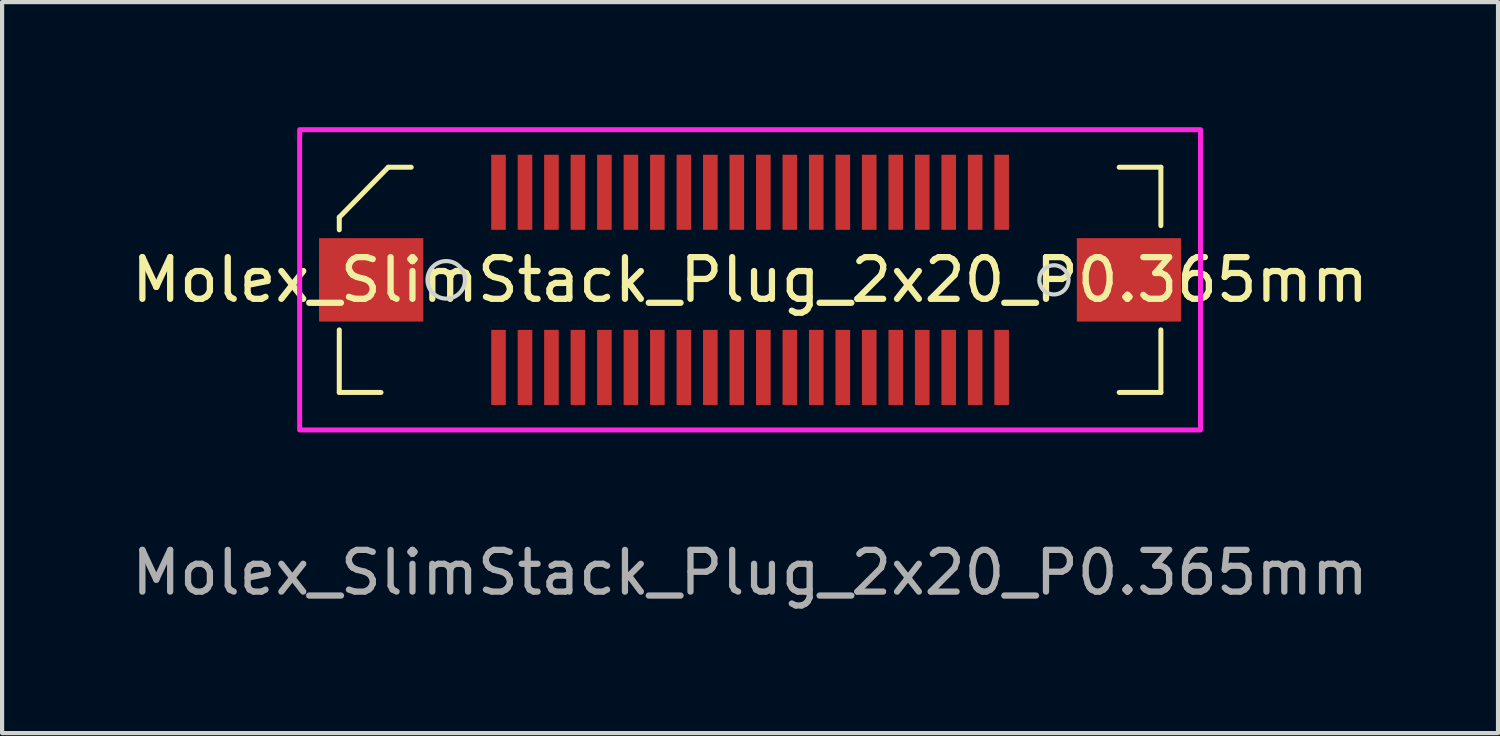
<source format=kicad_pcb>
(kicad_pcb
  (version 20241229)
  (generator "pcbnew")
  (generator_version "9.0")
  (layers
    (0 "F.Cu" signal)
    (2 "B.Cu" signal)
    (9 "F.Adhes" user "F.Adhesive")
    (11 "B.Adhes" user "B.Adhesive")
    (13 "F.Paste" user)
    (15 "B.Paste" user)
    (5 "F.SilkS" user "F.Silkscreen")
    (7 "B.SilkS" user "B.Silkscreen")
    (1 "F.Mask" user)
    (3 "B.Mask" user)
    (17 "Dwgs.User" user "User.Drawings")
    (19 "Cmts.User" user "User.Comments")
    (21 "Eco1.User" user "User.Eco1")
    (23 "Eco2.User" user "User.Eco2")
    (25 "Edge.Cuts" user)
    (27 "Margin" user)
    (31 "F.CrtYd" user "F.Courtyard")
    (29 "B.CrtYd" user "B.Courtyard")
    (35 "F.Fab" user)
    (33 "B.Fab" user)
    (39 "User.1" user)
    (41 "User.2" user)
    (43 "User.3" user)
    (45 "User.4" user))
  (footprint "Molex_SlimStack_Plug_2x20_P0.365mm"
    (layer "F.Cu")
    (at 14.935 3.66)
    (property "Reference" "Molex_SlimStack_Plug_2x20_P0.365mm" (at 0 0 0) (unlocked yes) (layer "F.SilkS") (effects (font (size 1 1) (thickness 0.15))))
    (attr smd)
    (fp_line (start -9.85 -1.5) (end -9.85 -1.2) (stroke (width 0.12) (type solid)) (layer "F.SilkS"))
    (fp_line (start -9.85 -1.5) (end -8.675 -2.7) (stroke (width 0.12) (type solid)) (layer "F.SilkS"))
    (fp_line (start -9.85 1.2) (end -9.85 2.7) (stroke (width 0.12) (type solid)) (layer "F.SilkS"))
    (fp_line (start -9.85 2.7) (end -8.85 2.7) (stroke (width 0.12) (type solid)) (layer "F.SilkS"))
    (fp_line (start -8.675 -2.7) (end -8.125 -2.7) (stroke (width 0.12) (type solid)) (layer "F.SilkS"))
    (fp_line (start 9.85 -2.7) (end 8.85 -2.7) (stroke (width 0.12) (type solid)) (layer "F.SilkS"))
    (fp_line (start 9.85 -2.7) (end 9.85 -1.3) (stroke (width 0.12) (type solid)) (layer "F.SilkS"))
    (fp_line (start 9.85 1.2) (end 9.85 2.7) (stroke (width 0.12) (type solid)) (layer "F.SilkS"))
    (fp_line (start 9.85 2.7) (end 8.85 2.7) (stroke (width 0.12) (type solid)) (layer "F.SilkS"))
    (fp_circle (center -7.285 0) (end -6.835 0) (stroke (width 0.1) (type solid)) (fill no) (layer "Edge.Cuts"))
    (fp_circle (center 7.285 0) (end 7.635 0) (stroke (width 0.1) (type solid)) (fill no) (layer "Edge.Cuts"))
    (fp_rect (start 10.8 -3.6) (end -10.8 3.6) (stroke (width 0.12) (type solid)) (fill no) (layer "F.CrtYd"))
    (fp_text user "${REFERENCE}" (at 0 7.02 0) (layer "F.Fab") (effects (font (size 1 1) (thickness 0.15))))
    (pad "1" smd rect (at -6.032 -2.1) (size 0.35 1.8) (layers "F.Cu" "F.Mask" "F.Paste"))
    (pad "2" smd rect (at -5.397 -2.1) (size 0.35 1.8) (layers "F.Cu" "F.Mask" "F.Paste"))
    (pad "3" smd rect (at -4.763 -2.1) (size 0.35 1.8) (layers "F.Cu" "F.Mask" "F.Paste"))
    (pad "4" smd rect (at -4.128 -2.1) (size 0.35 1.8) (layers "F.Cu" "F.Mask" "F.Paste"))
    (pad "5" smd rect (at -3.493 -2.1) (size 0.35 1.8) (layers "F.Cu" "F.Mask" "F.Paste"))
    (pad "6" smd rect (at -2.857 -2.1) (size 0.35 1.8) (layers "F.Cu" "F.Mask" "F.Paste"))
    (pad "7" smd rect (at -2.223 -2.1) (size 0.35 1.8) (layers "F.Cu" "F.Mask" "F.Paste"))
    (pad "8" smd rect (at -1.587 -2.1) (size 0.35 1.8) (layers "F.Cu" "F.Mask" "F.Paste"))
    (pad "9" smd rect (at -0.953 -2.1) (size 0.35 1.8) (layers "F.Cu" "F.Mask" "F.Paste"))
    (pad "10" smd rect (at -0.318 -2.1) (size 0.35 1.8) (layers "F.Cu" "F.Mask" "F.Paste"))
    (pad "11" smd rect (at 0.318 -2.1) (size 0.35 1.8) (layers "F.Cu" "F.Mask" "F.Paste"))
    (pad "12" smd rect (at 0.953 -2.1) (size 0.35 1.8) (layers "F.Cu" "F.Mask" "F.Paste"))
    (pad "13" smd rect (at 1.587 -2.1) (size 0.35 1.8) (layers "F.Cu" "F.Mask" "F.Paste"))
    (pad "14" smd rect (at 2.223 -2.1) (size 0.35 1.8) (layers "F.Cu" "F.Mask" "F.Paste"))
    (pad "15" smd rect (at 2.857 -2.1) (size 0.35 1.8) (layers "F.Cu" "F.Mask" "F.Paste"))
    (pad "16" smd rect (at 3.493 -2.1) (size 0.35 1.8) (layers "F.Cu" "F.Mask" "F.Paste"))
    (pad "17" smd rect (at 4.128 -2.1) (size 0.35 1.8) (layers "F.Cu" "F.Mask" "F.Paste"))
    (pad "18" smd rect (at 4.763 -2.1) (size 0.35 1.8) (layers "F.Cu" "F.Mask" "F.Paste"))
    (pad "19" smd rect (at 5.397 -2.1) (size 0.35 1.8) (layers "F.Cu" "F.Mask" "F.Paste"))
    (pad "20" smd rect (at 6.032 -2.1) (size 0.35 1.8) (layers "F.Cu" "F.Mask" "F.Paste"))
    (pad "21" smd rect (at 6.032 2.1) (size 0.35 1.8) (layers "F.Cu" "F.Mask" "F.Paste"))
    (pad "22" smd rect (at 5.397 2.1) (size 0.35 1.8) (layers "F.Cu" "F.Mask" "F.Paste"))
    (pad "23" smd rect (at 4.763 2.1) (size 0.35 1.8) (layers "F.Cu" "F.Mask" "F.Paste"))
    (pad "24" smd rect (at 4.128 2.1) (size 0.35 1.8) (layers "F.Cu" "F.Mask" "F.Paste"))
    (pad "25" smd rect (at 3.493 2.1) (size 0.35 1.8) (layers "F.Cu" "F.Mask" "F.Paste"))
    (pad "26" smd rect (at 2.857 2.1) (size 0.35 1.8) (layers "F.Cu" "F.Mask" "F.Paste"))
    (pad "27" smd rect (at 2.223 2.1) (size 0.35 1.8) (layers "F.Cu" "F.Mask" "F.Paste"))
    (pad "28" smd rect (at 1.587 2.1) (size 0.35 1.8) (layers "F.Cu" "F.Mask" "F.Paste"))
    (pad "29" smd rect (at 0.953 2.1) (size 0.35 1.8) (layers "F.Cu" "F.Mask" "F.Paste"))
    (pad "30" smd rect (at 0.318 2.1) (size 0.35 1.8) (layers "F.Cu" "F.Mask" "F.Paste"))
    (pad "31" smd rect (at -0.318 2.1) (size 0.35 1.8) (layers "F.Cu" "F.Mask" "F.Paste"))
    (pad "32" smd rect (at -0.953 2.1) (size 0.35 1.8) (layers "F.Cu" "F.Mask" "F.Paste"))
    (pad "33" smd rect (at -1.587 2.1) (size 0.35 1.8) (layers "F.Cu" "F.Mask" "F.Paste"))
    (pad "34" smd rect (at -2.223 2.1) (size 0.35 1.8) (layers "F.Cu" "F.Mask" "F.Paste"))
    (pad "35" smd rect (at -2.857 2.1) (size 0.35 1.8) (layers "F.Cu" "F.Mask" "F.Paste"))
    (pad "36" smd rect (at -3.493 2.1) (size 0.35 1.8) (layers "F.Cu" "F.Mask" "F.Paste"))
    (pad "37" smd rect (at -4.128 2.1) (size 0.35 1.8) (layers "F.Cu" "F.Mask" "F.Paste"))
    (pad "38" smd rect (at -4.763 2.1) (size 0.35 1.8) (layers "F.Cu" "F.Mask" "F.Paste"))
    (pad "39" smd rect (at -5.397 2.1) (size 0.35 1.8) (layers "F.Cu" "F.Mask" "F.Paste"))
    (pad "40" smd rect (at -6.032 2.1) (size 0.35 1.8) (layers "F.Cu" "F.Mask" "F.Paste"))
    (pad "GND" smd rect (at -9.085 0) (size 2.5 2) (layers "F.Cu" "F.Mask" "F.Paste"))
    (pad "GND" smd rect (at 9.085 0) (size 2.5 2) (layers "F.Cu" "F.Mask" "F.Paste")))
  (gr_rect
    (start -3 -3)
    (end 32.869 14.528)
    (stroke (width 0.1) (type default))
    (fill no)
    (layer "Edge.Cuts")))
</source>
